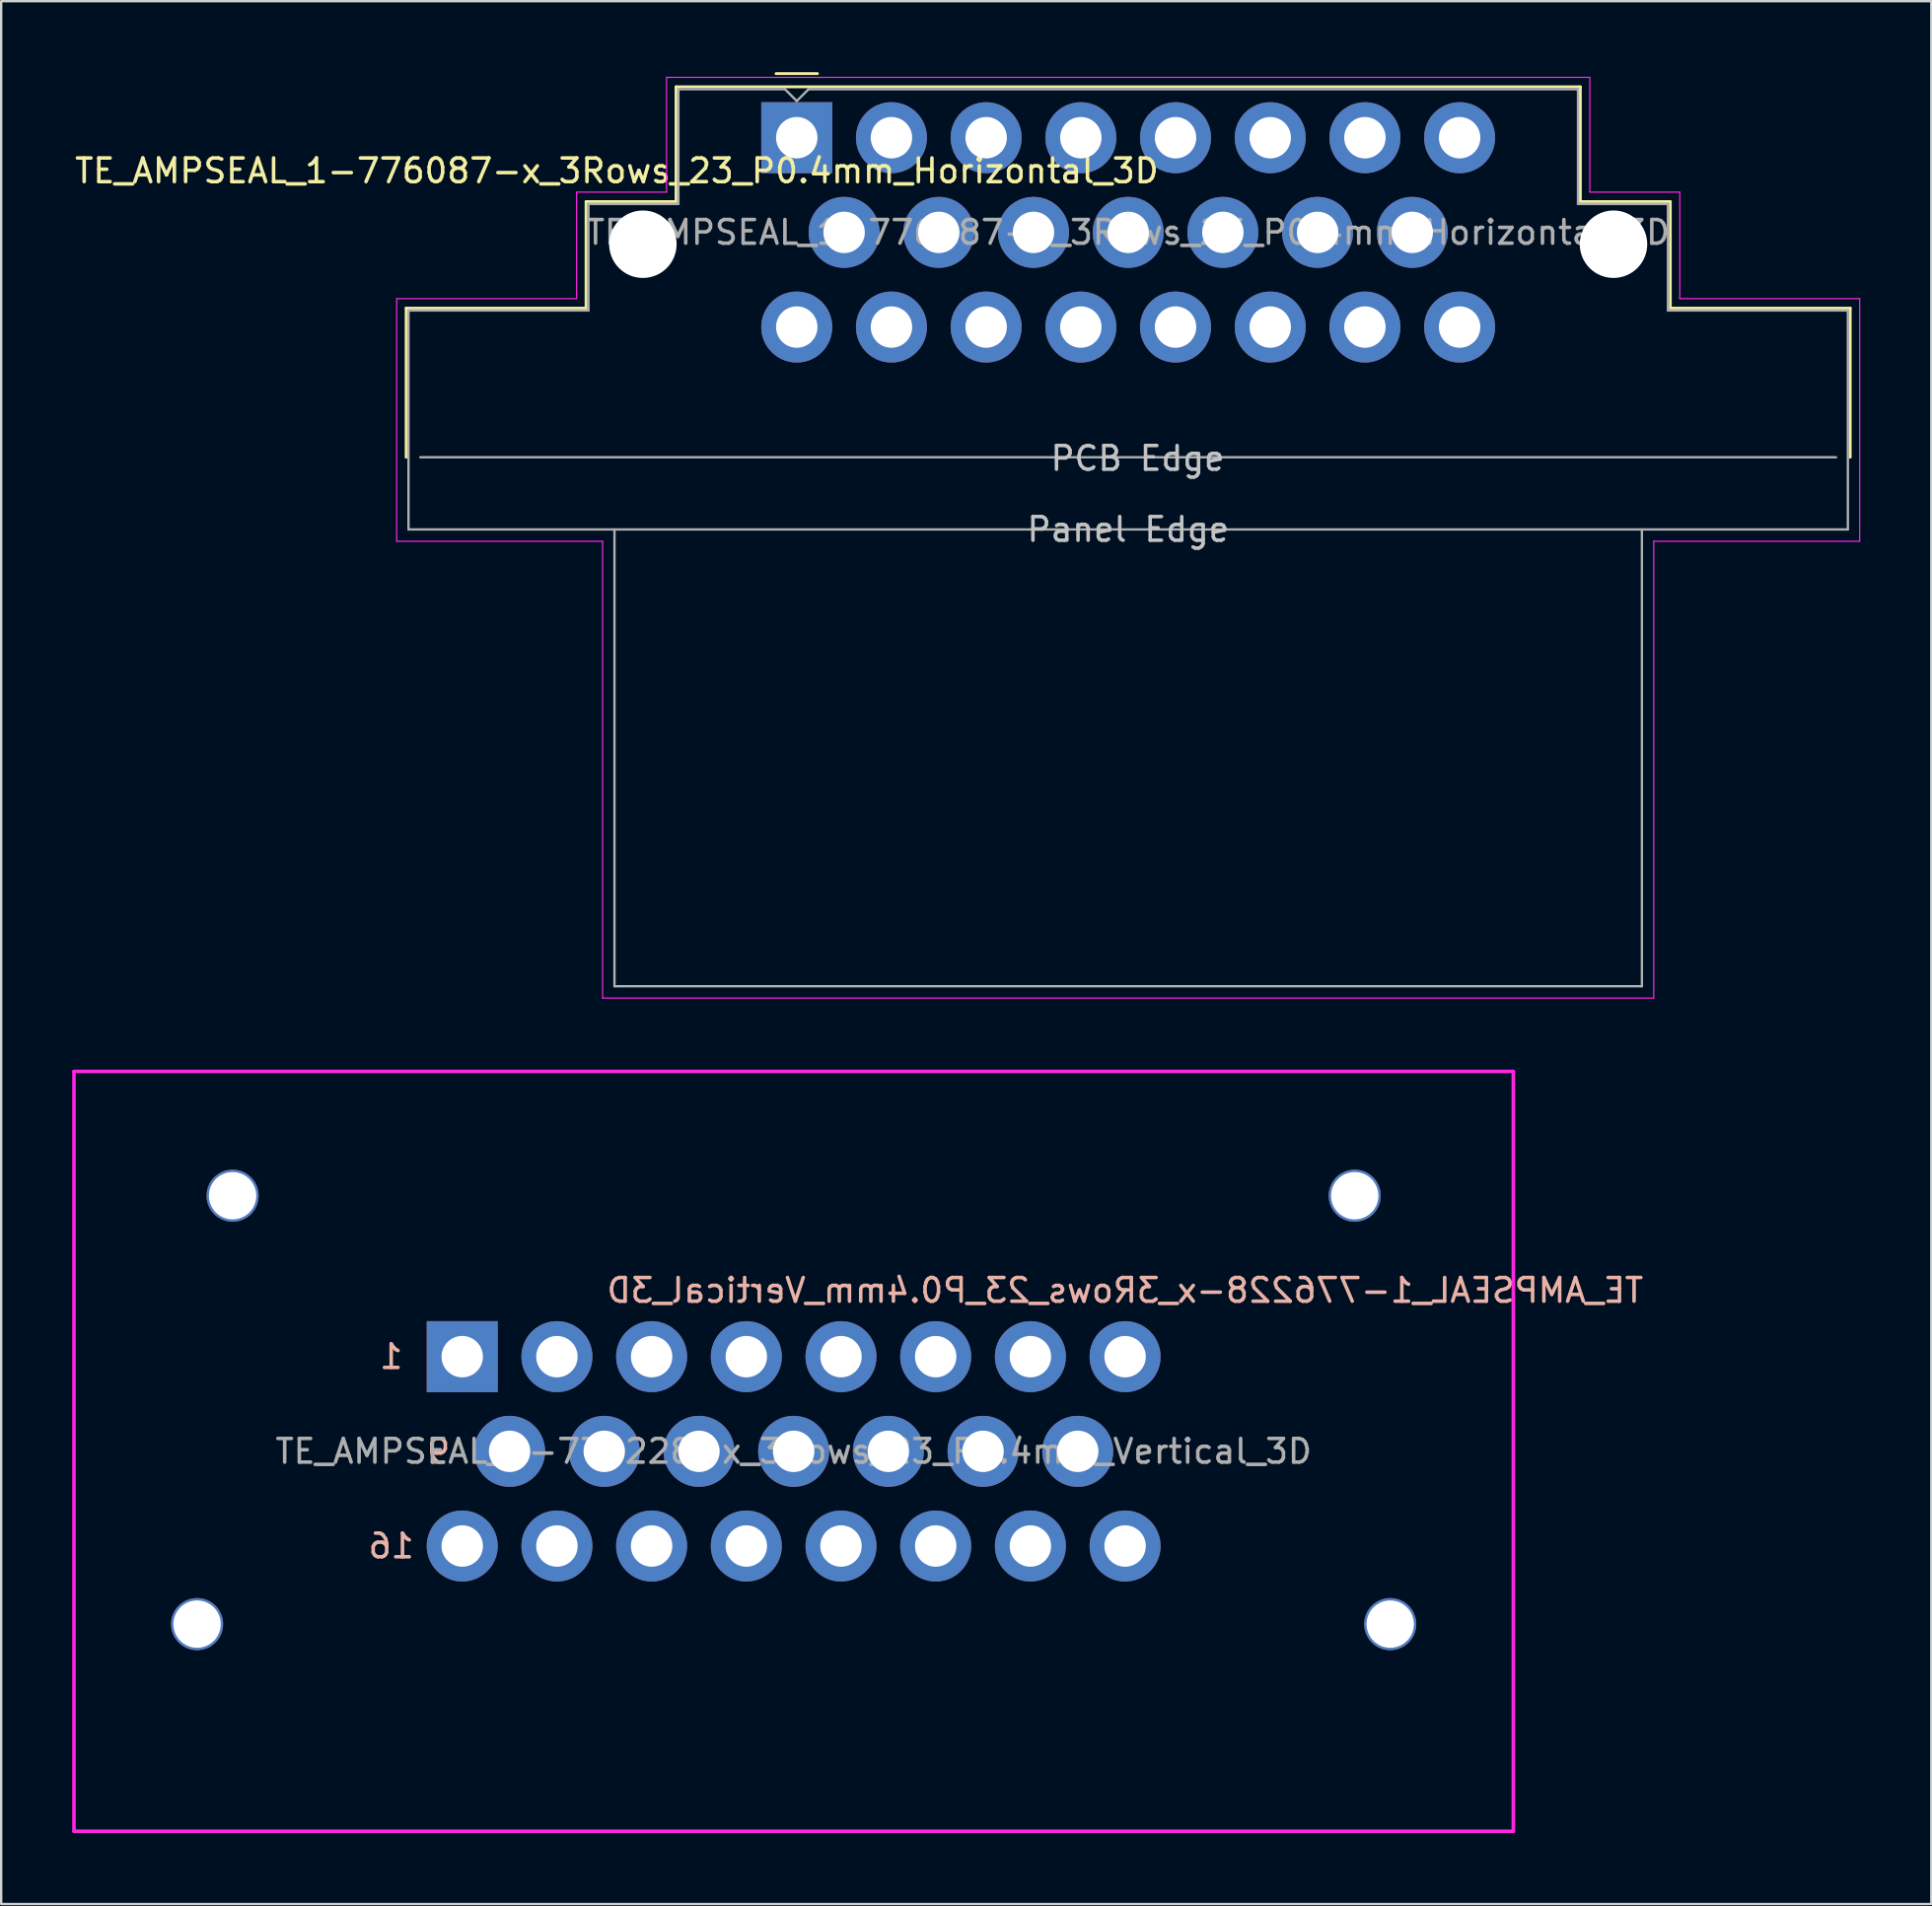
<source format=kicad_pcb>
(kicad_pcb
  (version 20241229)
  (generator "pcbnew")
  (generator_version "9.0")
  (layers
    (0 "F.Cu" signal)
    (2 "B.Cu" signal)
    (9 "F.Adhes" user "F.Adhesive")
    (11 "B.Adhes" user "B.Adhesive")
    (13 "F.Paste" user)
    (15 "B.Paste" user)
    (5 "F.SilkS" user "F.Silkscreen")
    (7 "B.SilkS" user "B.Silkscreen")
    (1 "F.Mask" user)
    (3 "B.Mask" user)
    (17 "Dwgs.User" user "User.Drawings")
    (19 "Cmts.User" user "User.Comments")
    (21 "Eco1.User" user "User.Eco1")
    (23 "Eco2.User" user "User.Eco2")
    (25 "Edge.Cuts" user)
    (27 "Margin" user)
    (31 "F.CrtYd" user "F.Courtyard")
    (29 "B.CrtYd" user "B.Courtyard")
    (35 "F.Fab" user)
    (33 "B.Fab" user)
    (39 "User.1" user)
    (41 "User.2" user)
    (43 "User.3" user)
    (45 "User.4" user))
  (footprint "TE_AMPSEAL_1-776087-x_3Rows_23_P0.4mm_Horizontal_3D"
    (layer "F.Cu")
    (at 44.606 6.768)
    (property "Reference" "TE_AMPSEAL_1-776087-x_3Rows_23_P0.4mm_Horizontal_3D" (at -21.6 -2.6 0) (layer "F.SilkS") (effects (font (size 1 1) (thickness 0.15))))
    (attr through_hole)
    (fp_line (start -30.5 3.2) (end -22.9 3.2) (stroke (width 0.12) (type solid)) (layer "F.SilkS"))
    (fp_line (start -30.5 9.5) (end -30.5 3.2) (stroke (width 0.12) (type solid)) (layer "F.SilkS"))
    (fp_line (start -22.9 -1.3) (end -19.1 -1.3) (stroke (width 0.12) (type solid)) (layer "F.SilkS"))
    (fp_line (start -22.9 3.2) (end -22.9 -1.3) (stroke (width 0.12) (type solid)) (layer "F.SilkS"))
    (fp_line (start -19.1 -6.15) (end 19.1 -6.15) (stroke (width 0.12) (type solid)) (layer "F.SilkS"))
    (fp_line (start -19.1 -1.3) (end -19.1 -6.15) (stroke (width 0.12) (type solid)) (layer "F.SilkS"))
    (fp_line (start -14.875 -6.708) (end -13.125 -6.708) (stroke (width 0.12) (type solid)) (layer "F.SilkS"))
    (fp_line (start 19.1 -6.15) (end 19.1 -1.3) (stroke (width 0.12) (type solid)) (layer "F.SilkS"))
    (fp_line (start 19.1 -1.3) (end 22.9 -1.3) (stroke (width 0.12) (type solid)) (layer "F.SilkS"))
    (fp_line (start 22.9 -1.3) (end 22.9 3.2) (stroke (width 0.12) (type solid)) (layer "F.SilkS"))
    (fp_line (start 22.9 3.2) (end 30.5 3.2) (stroke (width 0.12) (type solid)) (layer "F.SilkS"))
    (fp_line (start 30.5 3.2) (end 30.5 9.5) (stroke (width 0.12) (type solid)) (layer "F.SilkS"))
    (fp_line (start -30.9 2.8) (end -23.3 2.8) (stroke (width 0.05) (type solid)) (layer "F.CrtYd"))
    (fp_line (start -30.9 13.05) (end -30.9 2.8) (stroke (width 0.05) (type solid)) (layer "F.CrtYd"))
    (fp_line (start -30.9 13.05) (end -22.2 13.05) (stroke (width 0.05) (type solid)) (layer "F.CrtYd"))
    (fp_line (start -23.3 -1.7) (end -19.5 -1.7) (stroke (width 0.05) (type solid)) (layer "F.CrtYd"))
    (fp_line (start -23.3 2.8) (end -23.3 -1.7) (stroke (width 0.05) (type solid)) (layer "F.CrtYd"))
    (fp_line (start -22.2 13.05) (end -22.2 32.35) (stroke (width 0.05) (type solid)) (layer "F.CrtYd"))
    (fp_line (start -22.2 32.35) (end 22.2 32.35) (stroke (width 0.05) (type solid)) (layer "F.CrtYd"))
    (fp_line (start -19.5 -6.55) (end 19.5 -6.55) (stroke (width 0.05) (type solid)) (layer "F.CrtYd"))
    (fp_line (start -19.5 -1.7) (end -19.5 -6.55) (stroke (width 0.05) (type solid)) (layer "F.CrtYd"))
    (fp_line (start 19.5 -6.55) (end 19.5 -1.7) (stroke (width 0.05) (type solid)) (layer "F.CrtYd"))
    (fp_line (start 19.5 -1.7) (end 23.3 -1.7) (stroke (width 0.05) (type solid)) (layer "F.CrtYd"))
    (fp_line (start 22.2 13.05) (end 30.9 13.05) (stroke (width 0.05) (type solid)) (layer "F.CrtYd"))
    (fp_line (start 22.2 32.35) (end 22.2 13.05) (stroke (width 0.05) (type solid)) (layer "F.CrtYd"))
    (fp_line (start 23.3 -1.7) (end 23.3 2.8) (stroke (width 0.05) (type solid)) (layer "F.CrtYd"))
    (fp_line (start 23.3 2.8) (end 30.9 2.8) (stroke (width 0.05) (type solid)) (layer "F.CrtYd"))
    (fp_line (start 30.9 2.8) (end 30.9 13.05) (stroke (width 0.05) (type solid)) (layer "F.CrtYd"))
    (fp_line (start -30.4 12.55) (end -30.4 3.3) (stroke (width 0.1) (type solid)) (layer "F.Fab"))
    (fp_line (start -30.4 12.55) (end 30.4 12.55) (stroke (width 0.1) (type solid)) (layer "F.Fab"))
    (fp_line (start -29.9 9.5) (end 29.9 9.5) (stroke (width 0.1) (type solid)) (layer "F.Fab"))
    (fp_line (start -22.8 -1.2) (end -22.8 3.3) (stroke (width 0.1) (type solid)) (layer "F.Fab"))
    (fp_line (start -22.8 -1.2) (end -19 -1.2) (stroke (width 0.1) (type solid)) (layer "F.Fab"))
    (fp_line (start -22.8 3.3) (end -30.4 3.3) (stroke (width 0.1) (type solid)) (layer "F.Fab"))
    (fp_line (start -21.7 12.55) (end -21.7 31.85) (stroke (width 0.1) (type solid)) (layer "F.Fab"))
    (fp_line (start -21.7 31.85) (end 21.7 31.85) (stroke (width 0.1) (type solid)) (layer "F.Fab"))
    (fp_line (start -19 -6.05) (end -19 -1.2) (stroke (width 0.1) (type solid)) (layer "F.Fab"))
    (fp_line (start -14.5 -6.05) (end -19 -6.05) (stroke (width 0.1) (type solid)) (layer "F.Fab"))
    (fp_line (start -14 -5.55) (end -14.5 -6.05) (stroke (width 0.1) (type solid)) (layer "F.Fab"))
    (fp_line (start -14 -5.55) (end -13.5 -6.05) (stroke (width 0.1) (type solid)) (layer "F.Fab"))
    (fp_line (start -13.5 -6.05) (end 19 -6.05) (stroke (width 0.1) (type solid)) (layer "F.Fab"))
    (fp_line (start 19 -6.05) (end 19 -1.2) (stroke (width 0.1) (type solid)) (layer "F.Fab"))
    (fp_line (start 19 -1.2) (end 22.8 -1.2) (stroke (width 0.1) (type solid)) (layer "F.Fab"))
    (fp_line (start 21.7 31.85) (end 21.7 12.55) (stroke (width 0.1) (type solid)) (layer "F.Fab"))
    (fp_line (start 22.8 -1.2) (end 22.8 3.3) (stroke (width 0.1) (type solid)) (layer "F.Fab"))
    (fp_line (start 22.8 3.3) (end 30.4 3.3) (stroke (width 0.1) (type solid)) (layer "F.Fab"))
    (fp_line (start 30.4 3.3) (end 30.4 12.55) (stroke (width 0.1) (type solid)) (layer "F.Fab"))
    (fp_text user "Panel Edge" (at 0 12.55 0) (layer "Dwgs.User") (effects (font (size 1 1) (thickness 0.15))))
    (fp_text user "PCB Edge" (at 0.4 9.55 0) (layer "Dwgs.User") (effects (font (size 1 1) (thickness 0.15))))
    (fp_text user "${REFERENCE}" (at 0 0 0) (layer "F.Fab") (effects (font (size 1 1) (thickness 0.15))))
    (pad "" np_thru_hole circle (at -20.5 0.5) (size 2.85 2.85) (drill 2.85) (layers "*.Cu"))
    (pad "" np_thru_hole circle (at 20.5 0.5) (size 2.85 2.85) (drill 2.85) (layers "*.Cu"))
    (pad "1" thru_hole rect (at -14 -4) (size 3 3) (drill 1.75) (layers "*.Cu" "*.Mask"))
    (pad "2" thru_hole circle (at -10 -4) (size 3 3) (drill 1.75) (layers "*.Cu" "*.Mask"))
    (pad "3" thru_hole circle (at -6 -4) (size 3 3) (drill 1.75) (layers "*.Cu" "*.Mask"))
    (pad "4" thru_hole circle (at -2 -4) (size 3 3) (drill 1.75) (layers "*.Cu" "*.Mask"))
    (pad "5" thru_hole circle (at 2 -4) (size 3 3) (drill 1.75) (layers "*.Cu" "*.Mask"))
    (pad "6" thru_hole circle (at 6 -4) (size 3 3) (drill 1.75) (layers "*.Cu" "*.Mask"))
    (pad "7" thru_hole circle (at 10 -4) (size 3 3) (drill 1.75) (layers "*.Cu" "*.Mask"))
    (pad "8" thru_hole circle (at 14 -4) (size 3 3) (drill 1.75) (layers "*.Cu" "*.Mask"))
    (pad "9" thru_hole circle (at -12 0) (size 3 3) (drill 1.75) (layers "*.Cu" "*.Mask"))
    (pad "10" thru_hole circle (at -8 0) (size 3 3) (drill 1.75) (layers "*.Cu" "*.Mask"))
    (pad "11" thru_hole circle (at -4 0) (size 3 3) (drill 1.75) (layers "*.Cu" "*.Mask"))
    (pad "12" thru_hole circle (at 0 0) (size 3 3) (drill 1.75) (layers "*.Cu" "*.Mask"))
    (pad "13" thru_hole circle (at 4 0) (size 3 3) (drill 1.75) (layers "*.Cu" "*.Mask"))
    (pad "14" thru_hole circle (at 8 0) (size 3 3) (drill 1.75) (layers "*.Cu" "*.Mask"))
    (pad "15" thru_hole circle (at 12 0) (size 3 3) (drill 1.75) (layers "*.Cu" "*.Mask"))
    (pad "16" thru_hole circle (at -14 4) (size 3 3) (drill 1.75) (layers "*.Cu" "*.Mask"))
    (pad "17" thru_hole circle (at -10 4) (size 3 3) (drill 1.75) (layers "*.Cu" "*.Mask"))
    (pad "18" thru_hole circle (at -6 4) (size 3 3) (drill 1.75) (layers "*.Cu" "*.Mask"))
    (pad "19" thru_hole circle (at -2 4) (size 3 3) (drill 1.75) (layers "*.Cu" "*.Mask"))
    (pad "20" thru_hole circle (at 2 4) (size 3 3) (drill 1.75) (layers "*.Cu" "*.Mask"))
    (pad "21" thru_hole circle (at 6 4) (size 3 3) (drill 1.75) (layers "*.Cu" "*.Mask"))
    (pad "22" thru_hole circle (at 10 4) (size 3 3) (drill 1.75) (layers "*.Cu" "*.Mask"))
    (pad "23" thru_hole circle (at 14 4) (size 3 3) (drill 1.75) (layers "*.Cu" "*.Mask")))
  (footprint "TE_AMPSEAL_1-776228-x_3Rows_23_P0.4mm_Vertical_3D"
    (layer "F.Cu")
    (at 30.475 58.268)
    (property "Reference" "TE_AMPSEAL_1-776228-x_3Rows_23_P0.4mm_Vertical_3D" (at 14 -6.8 0) (layer "B.SilkS") (effects (font (size 1 1) (thickness 0.15)) (justify mirror)))
    (attr through_hole)
    (fp_line (start -30.4 -16.05) (end 30.4 -16.05) (stroke (width 0.15) (type solid)) (layer "F.CrtYd"))
    (fp_line (start -30.4 16.05) (end -30.4 -16.05) (stroke (width 0.15) (type solid)) (layer "F.CrtYd"))
    (fp_line (start -30.4 16.05) (end 30.4 16.05) (stroke (width 0.15) (type solid)) (layer "F.CrtYd"))
    (fp_line (start 30.4 16.05) (end 30.4 -16.05) (stroke (width 0.15) (type solid)) (layer "F.CrtYd"))
    (fp_text user "9" (at -15 0 0) (layer "B.SilkS") (effects (font (size 1 1) (thickness 0.15)) (justify mirror)))
    (fp_text user "16" (at -17 4 0) (layer "B.SilkS") (effects (font (size 1 1) (thickness 0.15)) (justify mirror)))
    (fp_text user "1" (at -17 -4 0) (layer "B.SilkS") (effects (font (size 1 1) (thickness 0.15)) (justify mirror)))
    (fp_text user "${REFERENCE}" (at 0 0 0) (layer "F.Fab") (effects (font (size 1 1) (thickness 0.15))))
    (pad "" np_thru_hole circle (at -25.2 7.3) (size 2.2 2.2) (drill 2) (layers "*.Cu" "*.Mask"))
    (pad "" np_thru_hole circle (at -23.7 -10.8) (size 2.2 2.2) (drill 2) (layers "*.Cu" "*.Mask"))
    (pad "" np_thru_hole circle (at 23.7 -10.8) (size 2.2 2.2) (drill 2) (layers "*.Cu" "*.Mask"))
    (pad "" np_thru_hole circle (at 25.2 7.3) (size 2.2 2.2) (drill 2) (layers "*.Cu" "*.Mask"))
    (pad "1" thru_hole rect (at -14 -4) (size 3 3) (drill 1.75) (layers "*.Cu" "*.Mask"))
    (pad "2" thru_hole circle (at -10 -4) (size 3 3) (drill 1.75) (layers "*.Cu" "*.Mask"))
    (pad "3" thru_hole circle (at -6 -4) (size 3 3) (drill 1.75) (layers "*.Cu" "*.Mask"))
    (pad "4" thru_hole circle (at -2 -4) (size 3 3) (drill 1.75) (layers "*.Cu" "*.Mask"))
    (pad "5" thru_hole circle (at 2 -4) (size 3 3) (drill 1.75) (layers "*.Cu" "*.Mask"))
    (pad "6" thru_hole circle (at 6 -4) (size 3 3) (drill 1.75) (layers "*.Cu" "*.Mask"))
    (pad "7" thru_hole circle (at 10 -4) (size 3 3) (drill 1.75) (layers "*.Cu" "*.Mask"))
    (pad "8" thru_hole circle (at 14 -4) (size 3 3) (drill 1.75) (layers "*.Cu" "*.Mask"))
    (pad "9" thru_hole circle (at -12 0) (size 3 3) (drill 1.75) (layers "*.Cu" "*.Mask"))
    (pad "10" thru_hole circle (at -8 0) (size 3 3) (drill 1.75) (layers "*.Cu" "*.Mask"))
    (pad "11" thru_hole circle (at -4 0) (size 3 3) (drill 1.75) (layers "*.Cu" "*.Mask"))
    (pad "12" thru_hole circle (at 0 0) (size 3 3) (drill 1.75) (layers "*.Cu" "*.Mask"))
    (pad "13" thru_hole circle (at 4 0) (size 3 3) (drill 1.75) (layers "*.Cu" "*.Mask"))
    (pad "14" thru_hole circle (at 8 0) (size 3 3) (drill 1.75) (layers "*.Cu" "*.Mask"))
    (pad "15" thru_hole circle (at 12 0) (size 3 3) (drill 1.75) (layers "*.Cu" "*.Mask"))
    (pad "16" thru_hole circle (at -14 4) (size 3 3) (drill 1.75) (layers "*.Cu" "*.Mask"))
    (pad "17" thru_hole circle (at -10 4) (size 3 3) (drill 1.75) (layers "*.Cu" "*.Mask"))
    (pad "18" thru_hole circle (at -6 4) (size 3 3) (drill 1.75) (layers "*.Cu" "*.Mask"))
    (pad "19" thru_hole circle (at -2 4) (size 3 3) (drill 1.75) (layers "*.Cu" "*.Mask"))
    (pad "20" thru_hole circle (at 2 4) (size 3 3) (drill 1.75) (layers "*.Cu" "*.Mask"))
    (pad "21" thru_hole circle (at 6 4) (size 3 3) (drill 1.75) (layers "*.Cu" "*.Mask"))
    (pad "22" thru_hole circle (at 10 4) (size 3 3) (drill 1.75) (layers "*.Cu" "*.Mask"))
    (pad "23" thru_hole circle (at 14 4) (size 3 3) (drill 1.75) (layers "*.Cu" "*.Mask")))
  (gr_rect
    (start -3 -3)
    (end 78.531 77.393)
    (stroke (width 0.1) (type default))
    (fill no)
    (layer "Edge.Cuts")))
</source>
